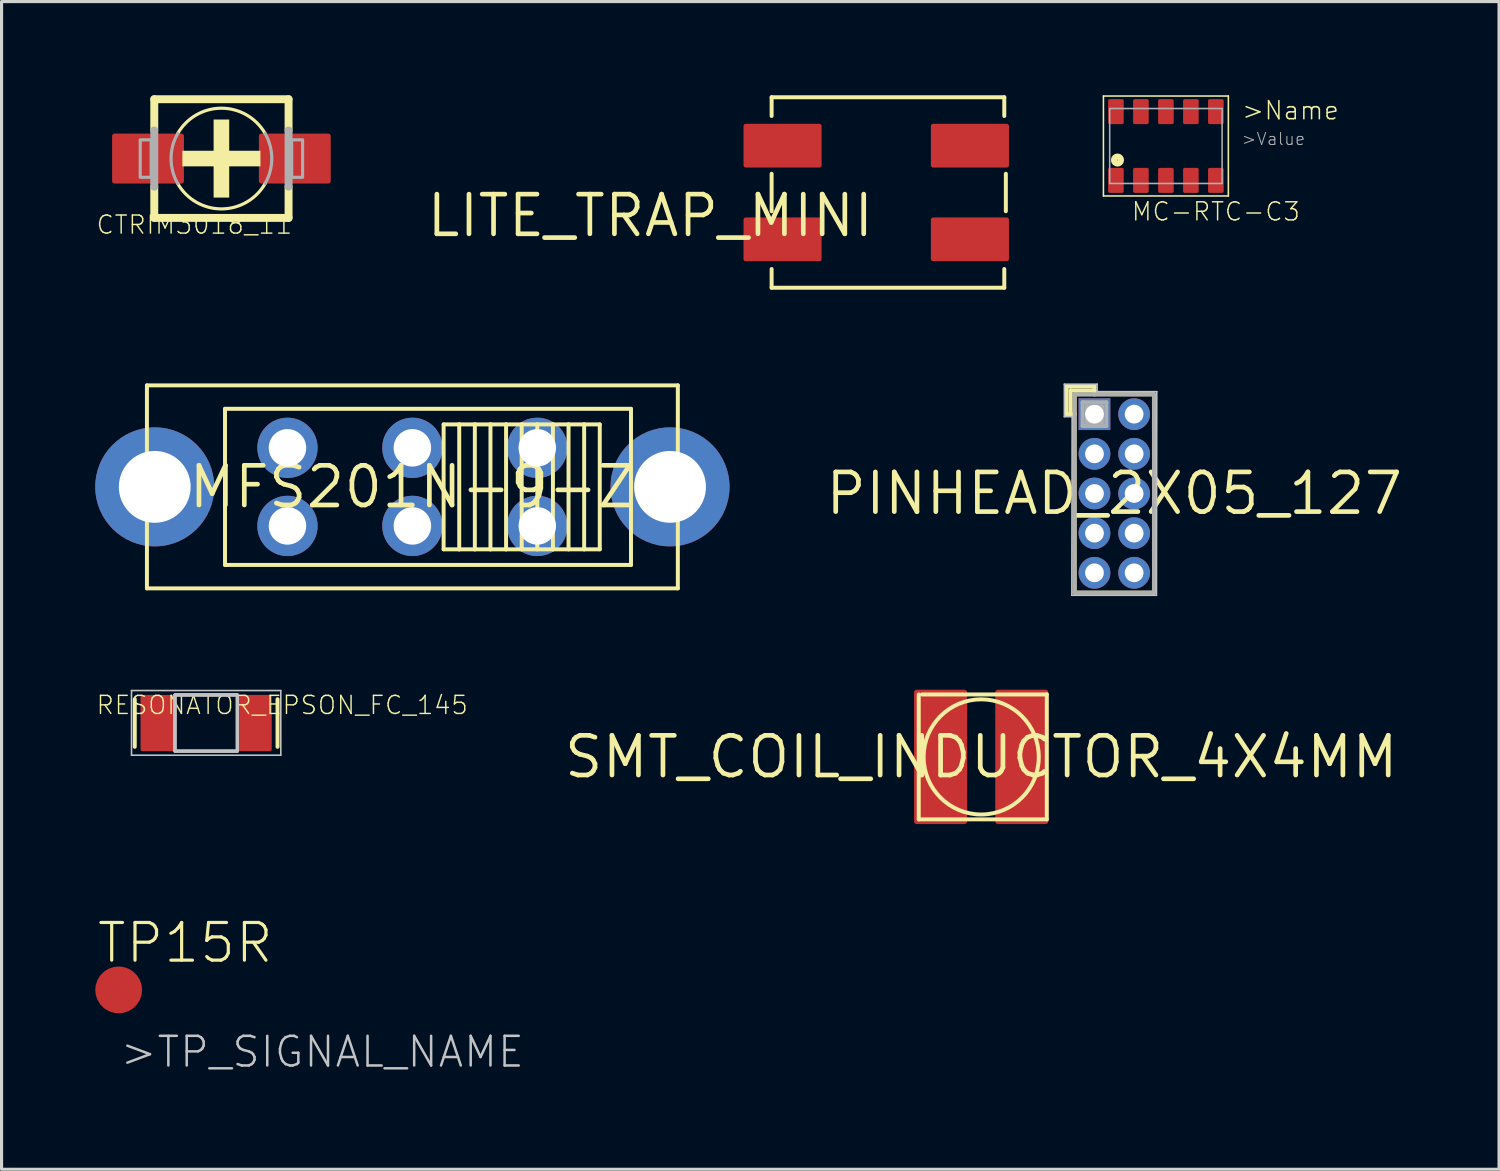
<source format=kicad_pcb>
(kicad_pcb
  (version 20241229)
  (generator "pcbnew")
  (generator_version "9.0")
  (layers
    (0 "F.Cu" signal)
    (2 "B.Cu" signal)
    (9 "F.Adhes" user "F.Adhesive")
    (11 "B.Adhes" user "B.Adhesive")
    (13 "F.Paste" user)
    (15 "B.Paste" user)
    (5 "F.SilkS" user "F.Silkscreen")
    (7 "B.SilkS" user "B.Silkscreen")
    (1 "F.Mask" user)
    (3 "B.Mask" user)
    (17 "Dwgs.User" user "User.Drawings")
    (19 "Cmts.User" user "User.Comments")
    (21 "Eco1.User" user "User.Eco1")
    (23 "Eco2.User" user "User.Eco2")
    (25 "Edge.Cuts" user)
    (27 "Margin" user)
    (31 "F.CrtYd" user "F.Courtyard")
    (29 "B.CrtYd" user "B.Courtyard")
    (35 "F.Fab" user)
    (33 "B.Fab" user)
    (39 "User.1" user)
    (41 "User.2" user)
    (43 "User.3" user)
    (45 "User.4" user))
  (footprint "SMT_COIL_INDUCTOR_4X4MM"
    (layer "F.Cu")
    (at 28.369 21.187)
    (property "Reference" "SMT_COIL_INDUCTOR_4X4MM" (at 0 0 0) (layer "F.SilkS") (effects (font (size 1.27 1.27) (thickness 0.15))))
    (attr through_hole)
    (fp_line (start -2 2) (end -2 -2) (stroke (width 0.127) (type solid)) (layer "F.SilkS"))
    (fp_line (start -1.9 -2) (end 2.1 -2) (stroke (width 0.127) (type solid)) (layer "F.SilkS"))
    (fp_line (start 2.1 -2) (end 2.1 2) (stroke (width 0.127) (type solid)) (layer "F.SilkS"))
    (fp_line (start 2.1 2) (end -2 2) (stroke (width 0.127) (type solid)) (layer "F.SilkS"))
    (fp_circle (center 0 0) (end 1.844 0) (stroke (width 0.127) (type solid)) (fill no) (layer "F.SilkS"))
    (pad "P$1" smd roundrect (at -1.3 0 90) (size 4.3 1.7) (layers "F.Cu" "F.Mask" "F.Paste") (roundrect_rratio 0.05))
    (pad "P$2" smd roundrect (at 1.3 0 90) (size 4.3 1.7) (layers "F.Cu" "F.Mask" "F.Paste") (roundrect_rratio 0.05)))
  (footprint "PINHEAD_2X05_127"
    (layer "F.Cu")
    (at 32.631 12.752)
    (property "Reference" "PINHEAD_2X05_127" (at 0 0 0) (layer "F.SilkS") (effects (font (size 1.27 1.27) (thickness 0.15))))
    (attr through_hole)
    (fp_line (start -1.524 -3.429) (end -1.524 -2.54) (stroke (width 0.127) (type solid)) (layer "F.SilkS"))
    (fp_line (start -1.524 -2.54) (end -1.397 -2.54) (stroke (width 0.127) (type solid)) (layer "F.SilkS"))
    (fp_line (start -1.397 -3.302) (end -0.635 -3.302) (stroke (width 0.127) (type solid)) (layer "F.SilkS"))
    (fp_line (start -1.397 -2.54) (end -1.397 -3.302) (stroke (width 0.127) (type solid)) (layer "F.SilkS"))
    (fp_line (start -1.27 -3.175) (end -0.635 -3.175) (stroke (width 0.127) (type solid)) (layer "F.SilkS"))
    (fp_line (start -1.27 -2.54) (end -1.397 -2.54) (stroke (width 0.127) (type solid)) (layer "F.SilkS"))
    (fp_line (start -1.27 -2.54) (end -1.27 -3.175) (stroke (width 0.127) (type solid)) (layer "F.SilkS"))
    (fp_line (start -1.27 3.175) (end -1.27 -2.54) (stroke (width 0.127) (type solid)) (layer "F.SilkS"))
    (fp_line (start -0.635 -3.429) (end -1.524 -3.429) (stroke (width 0.127) (type solid)) (layer "F.SilkS"))
    (fp_line (start -0.635 -3.302) (end -0.635 -3.429) (stroke (width 0.127) (type solid)) (layer "F.SilkS"))
    (fp_line (start -0.635 -3.302) (end -0.635 -3.175) (stroke (width 0.127) (type solid)) (layer "F.SilkS"))
    (fp_line (start -0.635 -3.175) (end 1.27 -3.175) (stroke (width 0.127) (type solid)) (layer "F.SilkS"))
    (fp_line (start 1.27 -3.175) (end 1.27 3.175) (stroke (width 0.127) (type solid)) (layer "F.SilkS"))
    (fp_line (start 1.27 3.175) (end -1.27 3.175) (stroke (width 0.127) (type solid)) (layer "F.SilkS"))
    (fp_line (start -1.6 -3.5) (end -0.55 -3.5) (stroke (width 0.05) (type solid)) (layer "Dwgs.User"))
    (fp_line (start -1.6 -2.46) (end -1.6 -3.5) (stroke (width 0.05) (type solid)) (layer "Dwgs.User"))
    (fp_line (start -1.36 3.26) (end -1.35 -2.46) (stroke (width 0.05) (type solid)) (layer "Dwgs.User"))
    (fp_line (start -1.35 -2.46) (end -1.6 -2.46) (stroke (width 0.05) (type solid)) (layer "Dwgs.User"))
    (fp_line (start -0.55 -3.5) (end -0.55 -3.26) (stroke (width 0.05) (type solid)) (layer "Dwgs.User"))
    (fp_line (start -0.55 -3.26) (end 1.36 -3.26) (stroke (width 0.05) (type solid)) (layer "Dwgs.User"))
    (fp_line (start 1.35 3.26) (end -1.36 3.26) (stroke (width 0.05) (type solid)) (layer "Dwgs.User"))
    (fp_line (start 1.36 -3.26) (end 1.35 3.26) (stroke (width 0.05) (type solid)) (layer "Dwgs.User"))
    (fp_line (start -1.27 -3.175) (end 1.27 -3.175) (stroke (width 0.127) (type solid)) (layer "F.Fab"))
    (fp_line (start -1.27 3.175) (end -1.27 -3.175) (stroke (width 0.127) (type solid)) (layer "F.Fab"))
    (fp_line (start -1.016 -2.921) (end -0.254 -2.921) (stroke (width 0.127) (type solid)) (layer "F.Fab"))
    (fp_line (start -1.016 -2.159) (end -1.016 -2.921) (stroke (width 0.127) (type solid)) (layer "F.Fab"))
    (fp_line (start -0.889 -2.794) (end -0.889 -2.286) (stroke (width 0.127) (type solid)) (layer "F.Fab"))
    (fp_line (start -0.889 -2.286) (end -0.381 -2.286) (stroke (width 0.127) (type solid)) (layer "F.Fab"))
    (fp_line (start -0.762 -2.667) (end -0.762 -2.413) (stroke (width 0.127) (type solid)) (layer "F.Fab"))
    (fp_line (start -0.762 -2.413) (end -0.635 -2.413) (stroke (width 0.127) (type solid)) (layer "F.Fab"))
    (fp_line (start -0.635 -2.667) (end -0.635 -2.413) (stroke (width 0.127) (type solid)) (layer "F.Fab"))
    (fp_line (start -0.635 -2.413) (end -0.508 -2.413) (stroke (width 0.127) (type solid)) (layer "F.Fab"))
    (fp_line (start -0.508 -2.667) (end -0.635 -2.667) (stroke (width 0.127) (type solid)) (layer "F.Fab"))
    (fp_line (start -0.508 -2.413) (end -0.508 -2.667) (stroke (width 0.127) (type solid)) (layer "F.Fab"))
    (fp_line (start -0.381 -2.794) (end -0.889 -2.794) (stroke (width 0.127) (type solid)) (layer "F.Fab"))
    (fp_line (start -0.381 -2.286) (end -0.381 -2.794) (stroke (width 0.127) (type solid)) (layer "F.Fab"))
    (fp_line (start -0.254 -2.921) (end -0.254 -2.159) (stroke (width 0.127) (type solid)) (layer "F.Fab"))
    (fp_line (start -0.254 -2.159) (end -1.016 -2.159) (stroke (width 0.127) (type solid)) (layer "F.Fab"))
    (fp_line (start 1.27 -3.175) (end 1.27 3.175) (stroke (width 0.127) (type solid)) (layer "F.Fab"))
    (fp_line (start 1.27 3.175) (end -1.27 3.175) (stroke (width 0.127) (type solid)) (layer "F.Fab"))
    (pad "1" thru_hole rect (at -0.635 -2.54) (size 1.016 1.016) (drill 0.6) (layers "*.Cu" "*.Mask"))
    (pad "2" thru_hole circle (at 0.635 -2.54) (size 1.016 1.016) (drill 0.6) (layers "*.Cu" "*.Mask"))
    (pad "3" thru_hole circle (at -0.635 -1.27) (size 1.016 1.016) (drill 0.6) (layers "*.Cu" "*.Mask"))
    (pad "4" thru_hole circle (at 0.635 -1.27) (size 1.016 1.016) (drill 0.6) (layers "*.Cu" "*.Mask"))
    (pad "5" thru_hole circle (at -0.635 0) (size 1.016 1.016) (drill 0.6) (layers "*.Cu" "*.Mask"))
    (pad "6" thru_hole circle (at 0.635 0) (size 1.016 1.016) (drill 0.6) (layers "*.Cu" "*.Mask"))
    (pad "7" thru_hole circle (at -0.635 1.27) (size 1.016 1.016) (drill 0.6) (layers "*.Cu" "*.Mask"))
    (pad "8" thru_hole circle (at 0.635 1.27) (size 1.016 1.016) (drill 0.6) (layers "*.Cu" "*.Mask"))
    (pad "9" thru_hole circle (at -0.635 2.54) (size 1.016 1.016) (drill 0.6) (layers "*.Cu" "*.Mask"))
    (pad "10" thru_hole circle (at 0.635 2.54) (size 1.016 1.016) (drill 0.6) (layers "*.Cu" "*.Mask")))
  (footprint "RESONATOR_EPSON_FC_145"
    (layer "F.Cu")
    (at 3.551 20.102)
    (property "Reference" "RESONATOR_EPSON_FC_145" (at -3.551 -0.234 0) (layer "F.SilkS") (effects (font (size 0.579 0.579) (thickness 0.046)) (justify left bottom)))
    (attr through_hole)
    (fp_line (start -2.286 -0.762) (end -2.286 0.762) (stroke (width 0.127) (type solid)) (layer "F.SilkS"))
    (fp_line (start 2.286 -0.762) (end 2.286 0.762) (stroke (width 0.127) (type solid)) (layer "F.SilkS"))
    (fp_line (start -2.39 -1.04) (end 2.39 -1.04) (stroke (width 0.051) (type solid)) (layer "Dwgs.User"))
    (fp_line (start -2.39 1.03) (end -2.39 -1.04) (stroke (width 0.051) (type solid)) (layer "Dwgs.User"))
    (fp_line (start 2.39 -1.04) (end 2.39 1.03) (stroke (width 0.051) (type solid)) (layer "Dwgs.User"))
    (fp_line (start 2.39 1.03) (end -2.39 1.03) (stroke (width 0.051) (type solid)) (layer "Dwgs.User"))
    (fp_poly (pts (xy -1 0.9) (xy 1 0.9) (xy 1 -0.9) (xy -1 -0.9)) (stroke (width 0.1) (type solid)) (fill no) (layer "Dwgs.User"))
    (fp_poly (pts (xy -1 0.9) (xy 1 0.9) (xy 1 -0.9) (xy -1 -0.9)) (stroke (width 0.1) (type solid)) (fill no) (layer "Dwgs.User"))
    (fp_poly (pts (xy -1 0.9) (xy 1 0.9) (xy 1 -0.9) (xy -1 -0.9)) (stroke (width 0.1) (type solid)) (fill no) (layer "Dwgs.User"))
    (pad "P$1" smd roundrect (at -1.55 0 90) (size 1.8 1.1) (layers "F.Cu" "F.Mask" "F.Paste") (roundrect_rratio 0.05))
    (pad "P$2" smd roundrect (at 1.55 0 90) (size 1.8 1.1) (layers "F.Cu" "F.Mask" "F.Paste") (roundrect_rratio 0.05)))
  (footprint "LITE_TRAP_MINI"
    (layer "F.Cu")
    (at 25.008 3.114)
    (property "Reference" "LITE_TRAP_MINI" (at 0 0 0) (layer "F.SilkS") (effects (font (size 1.27 1.27) (thickness 0.15)) (justify right top)))
    (attr through_hole)
    (fp_line (start -3.35 -3.05) (end -3.35 -2.45) (stroke (width 0.127) (type solid)) (layer "F.SilkS"))
    (fp_line (start -3.35 -3.05) (end 4.1 -3.05) (stroke (width 0.127) (type solid)) (layer "F.SilkS"))
    (fp_line (start -3.35 -0.6) (end -3.35 0.6) (stroke (width 0.127) (type solid)) (layer "F.SilkS"))
    (fp_line (start -3.35 3.05) (end -3.35 2.45) (stroke (width 0.127) (type solid)) (layer "F.SilkS"))
    (fp_line (start 4.1 -3.05) (end 4.1 -2.45) (stroke (width 0.127) (type solid)) (layer "F.SilkS"))
    (fp_line (start 4.1 3.05) (end -3.35 3.05) (stroke (width 0.127) (type solid)) (layer "F.SilkS"))
    (fp_line (start 4.1 3.05) (end 4.1 2.45) (stroke (width 0.127) (type solid)) (layer "F.SilkS"))
    (fp_line (start 4.15 -0.6) (end 4.15 0.6) (stroke (width 0.127) (type solid)) (layer "F.SilkS"))
    (pad "P$1" smd roundrect (at -3 -1.5) (size 2.5 1.4) (layers "F.Cu" "F.Mask" "F.Paste") (roundrect_rratio 0.05))
    (pad "P$2" smd roundrect (at 3 -1.5) (size 2.5 1.4) (layers "F.Cu" "F.Mask" "F.Paste") (roundrect_rratio 0.05))
    (pad "P$3" smd roundrect (at -3 1.5) (size 2.5 1.4) (layers "F.Cu" "F.Mask" "F.Paste") (roundrect_rratio 0.05))
    (pad "P$4" smd roundrect (at 3 1.5) (size 2.5 1.4) (layers "F.Cu" "F.Mask" "F.Paste") (roundrect_rratio 0.05)))
  (footprint "MC-RTC-C3"
    (layer "F.Cu")
    (at 34.283 1.625)
    (property "Reference" "MC-RTC-C3" (at 1.6 2.1 0) (layer "F.SilkS") (effects (font (size 0.579 0.579) (thickness 0.046))))
    (attr through_hole)
    (fp_line (start -2 -1.6) (end 2 -1.6) (stroke (width 0.05) (type solid)) (layer "F.SilkS"))
    (fp_line (start -2 1.6) (end -2 -1.6) (stroke (width 0.05) (type solid)) (layer "F.SilkS"))
    (fp_line (start 2 -1.6) (end 2 1.6) (stroke (width 0.05) (type solid)) (layer "F.SilkS"))
    (fp_line (start 2 1.6) (end -2 1.6) (stroke (width 0.05) (type solid)) (layer "F.SilkS"))
    (fp_circle (center -1.55 0.45) (end -1.54 0.45) (stroke (width 0.2) (type solid)) (fill no) (layer "F.SilkS"))
    (fp_line (start -1.8 -1.2) (end 1.8 -1.2) (stroke (width 0.05) (type solid)) (layer "F.Fab"))
    (fp_line (start -1.8 1.2) (end -1.8 -1.2) (stroke (width 0.05) (type solid)) (layer "F.Fab"))
    (fp_line (start 1.8 -1.2) (end 1.8 1.2) (stroke (width 0.05) (type solid)) (layer "F.Fab"))
    (fp_line (start 1.8 1.2) (end -1.8 1.2) (stroke (width 0.05) (type solid)) (layer "F.Fab"))
    (fp_text user ">Name" (at 2.4 -0.8 0) (layer "F.SilkS") (effects (font (size 0.579 0.579) (thickness 0.049)) (justify left bottom)))
    (fp_text user ">Value" (at 2.4 0 0) (layer "F.Fab") (effects (font (size 0.386 0.386) (thickness 0.033)) (justify left bottom)))
    (pad "P$1" smd roundrect (at -1.6 1.1) (size 0.5 0.8) (layers "F.Cu" "F.Mask" "F.Paste") (roundrect_rratio 0.102))
    (pad "P$2" smd roundrect (at -0.8 1.1) (size 0.5 0.8) (layers "F.Cu" "F.Mask" "F.Paste") (roundrect_rratio 0.102))
    (pad "P$3" smd roundrect (at 0 1.1) (size 0.5 0.8) (layers "F.Cu" "F.Mask" "F.Paste") (roundrect_rratio 0.102))
    (pad "P$4" smd roundrect (at 0.8 1.1) (size 0.5 0.8) (layers "F.Cu" "F.Mask" "F.Paste") (roundrect_rratio 0.102))
    (pad "P$5" smd roundrect (at 1.6 1.1) (size 0.5 0.8) (layers "F.Cu" "F.Mask" "F.Paste") (roundrect_rratio 0.102))
    (pad "P$6" smd roundrect (at 1.6 -1.1) (size 0.5 0.8) (layers "F.Cu" "F.Mask" "F.Paste") (roundrect_rratio 0.102))
    (pad "P$7" smd roundrect (at 0.8 -1.1) (size 0.5 0.8) (layers "F.Cu" "F.Mask" "F.Paste") (roundrect_rratio 0.102))
    (pad "P$8" smd roundrect (at 0 -1.1) (size 0.5 0.8) (layers "F.Cu" "F.Mask" "F.Paste") (roundrect_rratio 0.102))
    (pad "P$9" smd roundrect (at -0.8 -1.1) (size 0.5 0.8) (layers "F.Cu" "F.Mask" "F.Paste") (roundrect_rratio 0.102))
    (pad "P$10" smd roundrect (at -1.6 -1.1) (size 0.5 0.8) (layers "F.Cu" "F.Mask" "F.Paste") (roundrect_rratio 0.102)))
  (footprint "MFS201N-9-Z"
    (layer "F.Cu")
    (at 10.155 12.54)
    (property "Reference" "MFS201N-9-Z" (at 0 0 0) (layer "F.SilkS") (effects (font (size 1.27 1.27) (thickness 0.15))))
    (attr through_hole)
    (fp_line (start -8.5 -3.25) (end 8.5 -3.25) (stroke (width 0.127) (type solid)) (layer "F.SilkS"))
    (fp_line (start -8.5 3.25) (end -8.5 -3.25) (stroke (width 0.127) (type solid)) (layer "F.SilkS"))
    (fp_line (start -6 -2.5) (end 7 -2.5) (stroke (width 0.127) (type solid)) (layer "F.SilkS"))
    (fp_line (start -6 2.5) (end -6 -2.5) (stroke (width 0.127) (type solid)) (layer "F.SilkS"))
    (fp_line (start 1 -2) (end 1.5 -2) (stroke (width 0.127) (type solid)) (layer "F.SilkS"))
    (fp_line (start 1 2) (end 1 -2) (stroke (width 0.127) (type solid)) (layer "F.SilkS"))
    (fp_line (start 1.5 -2) (end 1.5 2) (stroke (width 0.127) (type solid)) (layer "F.SilkS"))
    (fp_line (start 1.5 -2) (end 2 -2) (stroke (width 0.127) (type solid)) (layer "F.SilkS"))
    (fp_line (start 1.5 2) (end 1 2) (stroke (width 0.127) (type solid)) (layer "F.SilkS"))
    (fp_line (start 2 -2) (end 2.5 -2) (stroke (width 0.127) (type solid)) (layer "F.SilkS"))
    (fp_line (start 2 2) (end 1.5 2) (stroke (width 0.127) (type solid)) (layer "F.SilkS"))
    (fp_line (start 2 2) (end 2 -2) (stroke (width 0.127) (type solid)) (layer "F.SilkS"))
    (fp_line (start 2.5 -2) (end 2.5 2) (stroke (width 0.127) (type solid)) (layer "F.SilkS"))
    (fp_line (start 2.5 -2) (end 3 -2) (stroke (width 0.127) (type solid)) (layer "F.SilkS"))
    (fp_line (start 2.5 2) (end 2 2) (stroke (width 0.127) (type solid)) (layer "F.SilkS"))
    (fp_line (start 2.5 2) (end 3 2) (stroke (width 0.127) (type solid)) (layer "F.SilkS"))
    (fp_line (start 3 -2) (end 3.5 -2) (stroke (width 0.127) (type solid)) (layer "F.SilkS"))
    (fp_line (start 3 2) (end 3 -2) (stroke (width 0.127) (type solid)) (layer "F.SilkS"))
    (fp_line (start 3.5 -2) (end 3.5 2) (stroke (width 0.127) (type solid)) (layer "F.SilkS"))
    (fp_line (start 3.5 -2) (end 4 -2) (stroke (width 0.127) (type solid)) (layer "F.SilkS"))
    (fp_line (start 3.5 2) (end 3 2) (stroke (width 0.127) (type solid)) (layer "F.SilkS"))
    (fp_line (start 4 -2) (end 4.5 -2) (stroke (width 0.127) (type solid)) (layer "F.SilkS"))
    (fp_line (start 4 2) (end 3.5 2) (stroke (width 0.127) (type solid)) (layer "F.SilkS"))
    (fp_line (start 4 2) (end 4 -2) (stroke (width 0.127) (type solid)) (layer "F.SilkS"))
    (fp_line (start 4.5 -2) (end 4.5 2) (stroke (width 0.127) (type solid)) (layer "F.SilkS"))
    (fp_line (start 4.5 -2) (end 5 -2) (stroke (width 0.127) (type solid)) (layer "F.SilkS"))
    (fp_line (start 4.5 2) (end 4 2) (stroke (width 0.127) (type solid)) (layer "F.SilkS"))
    (fp_line (start 5 -2) (end 5.5 -2) (stroke (width 0.127) (type solid)) (layer "F.SilkS"))
    (fp_line (start 5 2) (end 4.5 2) (stroke (width 0.127) (type solid)) (layer "F.SilkS"))
    (fp_line (start 5 2) (end 5 -2) (stroke (width 0.127) (type solid)) (layer "F.SilkS"))
    (fp_line (start 5.5 -2) (end 5.5 2) (stroke (width 0.127) (type solid)) (layer "F.SilkS"))
    (fp_line (start 5.5 -2) (end 6 -2) (stroke (width 0.127) (type solid)) (layer "F.SilkS"))
    (fp_line (start 5.5 2) (end 5 2) (stroke (width 0.127) (type solid)) (layer "F.SilkS"))
    (fp_line (start 6 -2) (end 6 2) (stroke (width 0.127) (type solid)) (layer "F.SilkS"))
    (fp_line (start 6 2) (end 5.5 2) (stroke (width 0.127) (type solid)) (layer "F.SilkS"))
    (fp_line (start 7 -2.5) (end 7 2.5) (stroke (width 0.127) (type solid)) (layer "F.SilkS"))
    (fp_line (start 7 2.5) (end -6 2.5) (stroke (width 0.127) (type solid)) (layer "F.SilkS"))
    (fp_line (start 8.5 -3.25) (end 8.5 3.25) (stroke (width 0.127) (type solid)) (layer "F.SilkS"))
    (fp_line (start 8.5 3.25) (end -8.5 3.25) (stroke (width 0.127) (type solid)) (layer "F.SilkS"))
    (pad "P$1" thru_hole circle (at -4 -1.25) (size 1.93 1.93) (drill 1.2) (layers "*.Cu" "*.Mask"))
    (pad "P$2" thru_hole circle (at -4 1.25) (size 1.93 1.93) (drill 1.2) (layers "*.Cu" "*.Mask"))
    (pad "P$3" thru_hole circle (at 0 -1.25) (size 1.93 1.93) (drill 1.2) (layers "*.Cu" "*.Mask"))
    (pad "P$4" thru_hole circle (at 0 1.25) (size 1.93 1.93) (drill 1.2) (layers "*.Cu" "*.Mask"))
    (pad "P$5" thru_hole circle (at 4 -1.25 90) (size 1.93 1.93) (drill 1.2) (layers "*.Cu" "*.Mask"))
    (pad "P$6" thru_hole circle (at 4 1.25 180) (size 1.93 1.93) (drill 1.2) (layers "*.Cu" "*.Mask"))
    (pad "P$7" thru_hole circle (at -8.25 0) (size 3.81 3.81) (drill 2.3) (layers "*.Cu" "*.Mask"))
    (pad "P$8" thru_hole circle (at 8.25 0) (size 3.81 3.81) (drill 2.3) (layers "*.Cu" "*.Mask")))
  (footprint "TP15R"
    (layer "F.Cu")
    (at 0.75 28.648)
    (property "Reference" "TP15R" (at -0.75 -0.8 0) (layer "F.SilkS") (effects (font (size 1.206 1.206) (thickness 0.102)) (justify left bottom)))
    (attr through_hole)
    (fp_text user ">TP_SIGNAL_NAME" (at 0 2.54 0) (layer "Dwgs.User") (effects (font (size 0.95 0.95) (thickness 0.08)) (justify left bottom)))
    (pad "TP" smd roundrect (at 0 0) (size 1.5 1.5) (layers "F.Cu" "F.Mask") (roundrect_rratio 0.5)))
  (footprint "CTRIM3018_11"
    (layer "F.Cu")
    (at 4.04 2.027)
    (property "Reference" "CTRIM3018_11" (at -4.04 2.46 180) (layer "F.SilkS") (effects (font (size 0.579 0.579) (thickness 0.046)) (justify left bottom)))
    (attr through_hole)
    (fp_line (start -2.15 -1.9) (end 2.15 -1.9) (stroke (width 0.254) (type solid)) (layer "F.SilkS"))
    (fp_line (start -2.15 -0.9) (end -2.15 -1.9) (stroke (width 0.254) (type solid)) (layer "F.SilkS"))
    (fp_line (start -2.15 1.9) (end -2.15 0.9) (stroke (width 0.254) (type solid)) (layer "F.SilkS"))
    (fp_line (start 2.15 -1.9) (end 2.15 -0.9) (stroke (width 0.254) (type solid)) (layer "F.SilkS"))
    (fp_line (start 2.15 0.9) (end 2.15 1.9) (stroke (width 0.254) (type solid)) (layer "F.SilkS"))
    (fp_line (start 2.15 1.9) (end -2.15 1.9) (stroke (width 0.254) (type solid)) (layer "F.SilkS"))
    (fp_arc (start -1.4 -0.8) (mid 0 -1.612452) (end 1.4 -0.8) (stroke (width 0.1016) (type solid)) (layer "F.SilkS"))
    (fp_arc (start 1.4 0.8) (mid 0 1.612452) (end -1.4 0.8) (stroke (width 0.1016) (type solid)) (layer "F.SilkS"))
    (fp_poly (pts (xy -1.25 0.25) (xy 1.25 0.25) (xy 1.25 -0.25) (xy -1.25 -0.25)) (stroke (width 0) (type solid)) (fill yes) (layer "F.SilkS"))
    (fp_poly (pts (xy -0.25 1.25) (xy 0.25 1.25) (xy 0.25 -1.25) (xy -0.25 -1.25)) (stroke (width 0) (type solid)) (fill yes) (layer "F.SilkS"))
    (fp_line (start -2.15 0.9) (end -2.15 -0.9) (stroke (width 0.254) (type solid)) (layer "F.Fab"))
    (fp_line (start 2.15 -0.9) (end 2.15 0.9) (stroke (width 0.254) (type solid)) (layer "F.Fab"))
    (fp_arc (start -1.4 0.8) (mid -1.612452 0) (end -1.4 -0.8) (stroke (width 0.1016) (type solid)) (layer "F.Fab"))
    (fp_arc (start 1.4 -0.8) (mid 1.612452 0) (end 1.4 0.8) (stroke (width 0.1016) (type solid)) (layer "F.Fab"))
    (fp_poly (pts (xy -2.6 0.6) (xy -2.25 0.6) (xy -2.25 -0.6) (xy -2.6 -0.6)) (stroke (width 0.1) (type solid)) (fill no) (layer "F.Fab"))
    (fp_poly (pts (xy 2.25 0.6) (xy 2.6 0.6) (xy 2.6 -0.6) (xy 2.25 -0.6)) (stroke (width 0.1) (type solid)) (fill no) (layer "F.Fab"))
    (pad "+" smd roundrect (at -2.35 0) (size 2.3 1.6) (layers "F.Cu" "F.Mask" "F.Paste") (roundrect_rratio 0.05))
    (pad "-" smd roundrect (at 2.35 0) (size 2.3 1.6) (layers "F.Cu" "F.Mask" "F.Paste") (roundrect_rratio 0.05)))
  (gr_rect
    (start -3 -3)
    (end 44.951 34.391)
    (stroke (width 0.1) (type default))
    (fill no)
    (layer "Edge.Cuts")))
</source>
